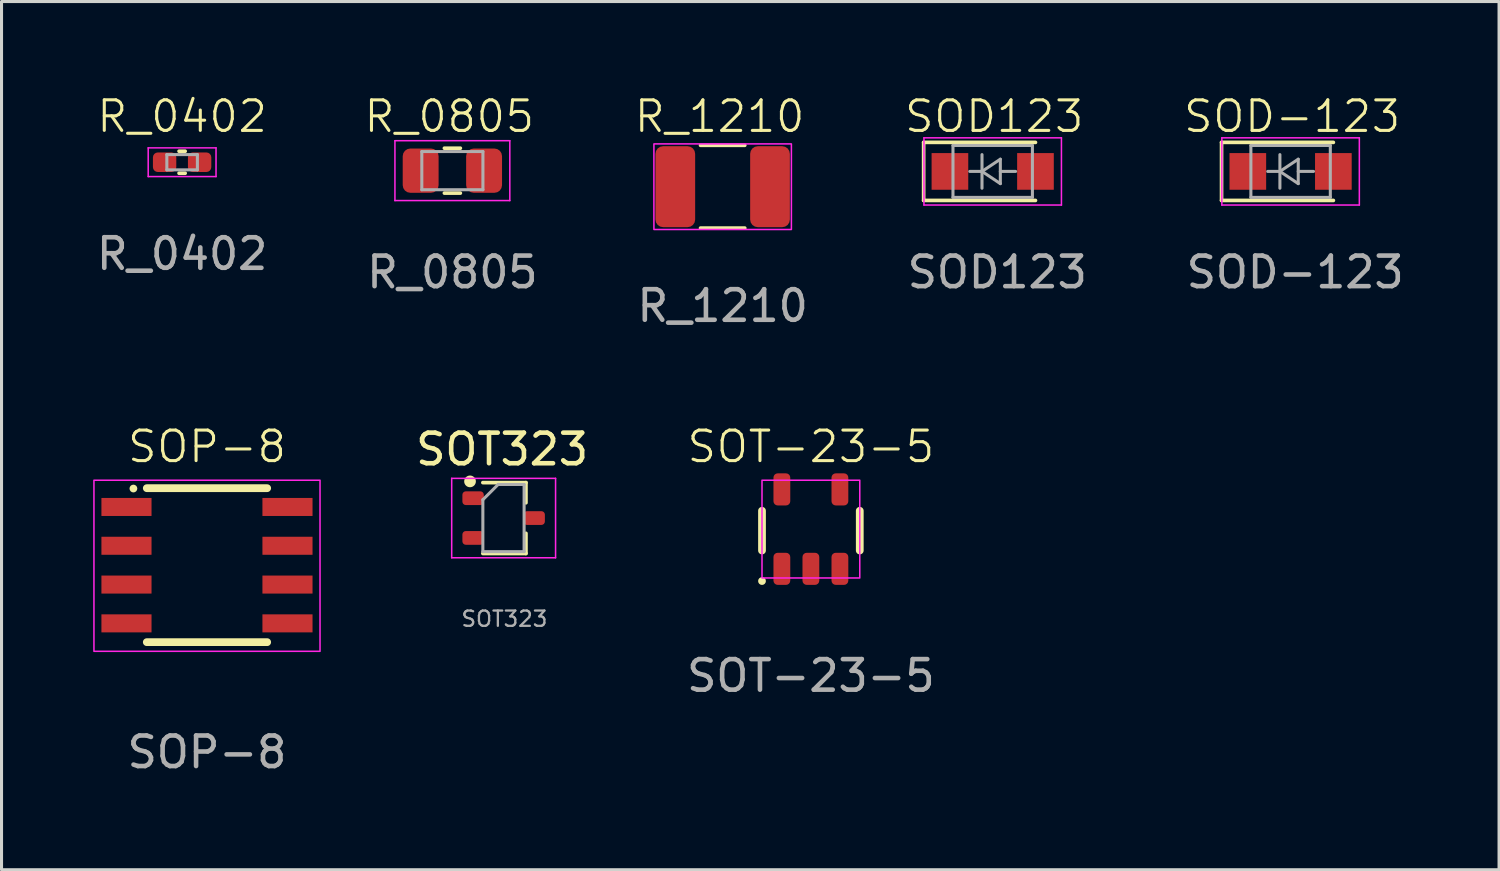
<source format=kicad_pcb>
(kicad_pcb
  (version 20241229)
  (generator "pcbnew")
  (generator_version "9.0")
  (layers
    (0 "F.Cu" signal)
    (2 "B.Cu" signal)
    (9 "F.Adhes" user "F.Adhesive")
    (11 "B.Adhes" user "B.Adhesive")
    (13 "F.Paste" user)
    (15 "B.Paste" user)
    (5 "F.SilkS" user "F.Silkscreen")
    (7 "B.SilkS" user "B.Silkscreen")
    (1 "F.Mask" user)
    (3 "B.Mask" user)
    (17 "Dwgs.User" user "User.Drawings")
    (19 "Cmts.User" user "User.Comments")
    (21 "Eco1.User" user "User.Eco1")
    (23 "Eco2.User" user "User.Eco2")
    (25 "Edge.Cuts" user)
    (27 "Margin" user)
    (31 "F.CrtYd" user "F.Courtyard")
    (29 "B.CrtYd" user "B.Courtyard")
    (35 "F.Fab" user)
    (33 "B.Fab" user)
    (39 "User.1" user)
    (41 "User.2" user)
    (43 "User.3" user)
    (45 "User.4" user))
  (footprint "SOT-23-5"
    (layer "F.Cu")
    (at 23.492 14.269)
    (property "Reference" "SOT-23-5" (at 0 -2.7 0) (unlocked yes) (layer "F.SilkS") (effects (font (size 1 1) (thickness 0.1))))
    (attr smd)
    (fp_line (start -1.6 -0.6) (end -1.6 0.7) (stroke (width 0.254) (type solid)) (layer "F.SilkS"))
    (fp_line (start 1.6 -0.6) (end 1.6 0.7) (stroke (width 0.254) (type solid)) (layer "F.SilkS"))
    (fp_circle (center -1.6 1.7) (end -1.536 1.7) (stroke (width 0.127) (type solid)) (fill no) (layer "F.SilkS"))
    (fp_rect (start -1.6 -1.6) (end 1.6 1.6) (stroke (width 0.05) (type default)) (fill no) (layer "F.CrtYd"))
    (fp_text user "${REFERENCE}" (at 0 4.8 0) (unlocked yes) (layer "F.Fab") (effects (font (size 1 1) (thickness 0.15))))
    (pad "1" smd roundrect (at -0.95 1.3 90) (size 1.05 0.55) (layers "F.Cu" "F.Mask" "F.Paste") (roundrect_rratio 0.25))
    (pad "2" smd roundrect (at 0 1.3 90) (size 1.05 0.55) (layers "F.Cu" "F.Mask" "F.Paste") (roundrect_rratio 0.25))
    (pad "3" smd roundrect (at 0.95 1.3 90) (size 1.05 0.55) (layers "F.Cu" "F.Mask" "F.Paste") (roundrect_rratio 0.25))
    (pad "4" smd roundrect (at 0.95 -1.3 90) (size 1.05 0.55) (layers "F.Cu" "F.Mask" "F.Paste") (roundrect_rratio 0.25))
    (pad "5" smd roundrect (at -0.95 -1.3 90) (size 1.05 0.55) (layers "F.Cu" "F.Mask" "F.Paste") (roundrect_rratio 0.25)))
  (footprint "SOD-123"
    (layer "F.Cu")
    (at 39.244 2.561)
    (property "Reference" "SOD-123" (at 0 -1.8 0) (unlocked yes) (layer "F.SilkS") (effects (font (size 1 1) (thickness 0.1))))
    (attr smd)
    (fp_line (start -2.31 -0.95) (end -2.31 0.95) (stroke (width 0.12) (type solid)) (layer "F.SilkS"))
    (fp_line (start -2.31 -0.95) (end 1.35 -0.95) (stroke (width 0.12) (type solid)) (layer "F.SilkS"))
    (fp_line (start -2.31 0.95) (end 1.35 0.95) (stroke (width 0.12) (type solid)) (layer "F.SilkS"))
    (fp_line (start -2.3 -1.1) (end -2.3 1.1) (stroke (width 0.05) (type solid)) (layer "F.CrtYd"))
    (fp_line (start -2.3 -1.1) (end 2.2 -1.1) (stroke (width 0.05) (type solid)) (layer "F.CrtYd"))
    (fp_line (start 2.2 -1.1) (end 2.2 1.1) (stroke (width 0.05) (type solid)) (layer "F.CrtYd"))
    (fp_line (start 2.2 1.1) (end -2.3 1.1) (stroke (width 0.05) (type solid)) (layer "F.CrtYd"))
    (fp_line (start -1.35 -0.85) (end 1.25 -0.85) (stroke (width 0.1) (type solid)) (layer "F.Fab"))
    (fp_line (start -1.35 0.85) (end -1.35 -0.85) (stroke (width 0.1) (type solid)) (layer "F.Fab"))
    (fp_line (start -0.8 0) (end -0.4 0) (stroke (width 0.1) (type solid)) (layer "F.Fab"))
    (fp_line (start -0.4 -0.55) (end -0.4 0.55) (stroke (width 0.1) (type solid)) (layer "F.Fab"))
    (fp_line (start -0.4 0) (end 0.2 -0.4) (stroke (width 0.1) (type solid)) (layer "F.Fab"))
    (fp_line (start -0.4 0) (end 0.2 0.4) (stroke (width 0.1) (type solid)) (layer "F.Fab"))
    (fp_line (start 0.2 -0.4) (end 0.2 0.4) (stroke (width 0.1) (type solid)) (layer "F.Fab"))
    (fp_line (start 0.7 0) (end 0.2 0) (stroke (width 0.1) (type solid)) (layer "F.Fab"))
    (fp_line (start 1.25 -0.85) (end 1.25 0.85) (stroke (width 0.1) (type solid)) (layer "F.Fab"))
    (fp_line (start 1.25 0.85) (end -1.35 0.85) (stroke (width 0.1) (type solid)) (layer "F.Fab"))
    (fp_text user "${REFERENCE}" (at 0.1 3.3 0) (unlocked yes) (layer "F.Fab") (effects (font (size 1 1) (thickness 0.15))))
    (pad "1" smd rect (at -1.45 0) (size 1.2 1.2) (layers "F.Cu" "F.Mask" "F.Paste"))
    (pad "2" smd rect (at 1.35 0) (size 1.2 1.2) (layers "F.Cu" "F.Mask" "F.Paste")))
  (footprint "SOT323"
    (layer "F.Cu")
    (at 13.435 13.907)
    (property "Reference" "SOT323" (at -0.05 -2.25 0) (layer "F.SilkS") (effects (font (size 1 1) (thickness 0.15))))
    (attr smd)
    (fp_line (start -0.68 -1.16) (end 0.73 -1.16) (stroke (width 0.12) (type solid)) (layer "F.SilkS"))
    (fp_line (start -0.68 1.16) (end 0.73 1.16) (stroke (width 0.12) (type solid)) (layer "F.SilkS"))
    (fp_line (start 0.73 -1.16) (end 0.73 -0.5) (stroke (width 0.12) (type solid)) (layer "F.SilkS"))
    (fp_line (start 0.73 0.5) (end 0.73 1.16) (stroke (width 0.12) (type solid)) (layer "F.SilkS"))
    (fp_circle (center -1.1 -1.2) (end -1 -1.3) (stroke (width 0.1) (type solid)) (fill yes) (layer "F.SilkS"))
    (fp_line (start -1.7 -1.3) (end 1.7 -1.3) (stroke (width 0.05) (type solid)) (layer "F.CrtYd"))
    (fp_line (start -1.7 1.3) (end -1.7 -1.3) (stroke (width 0.05) (type solid)) (layer "F.CrtYd"))
    (fp_line (start 1.7 -1.3) (end 1.7 1.3) (stroke (width 0.05) (type solid)) (layer "F.CrtYd"))
    (fp_line (start 1.7 1.3) (end -1.7 1.3) (stroke (width 0.05) (type solid)) (layer "F.CrtYd"))
    (fp_line (start -0.68 -0.6) (end -0.68 1.1) (stroke (width 0.1) (type solid)) (layer "F.Fab"))
    (fp_line (start -0.18 -1.1) (end -0.68 -0.6) (stroke (width 0.1) (type solid)) (layer "F.Fab"))
    (fp_line (start 0.67 -1.1) (end -0.18 -1.1) (stroke (width 0.1) (type solid)) (layer "F.Fab"))
    (fp_line (start 0.67 -1.1) (end 0.67 1.1) (stroke (width 0.1) (type solid)) (layer "F.Fab"))
    (fp_line (start 0.67 1.1) (end -0.68 1.1) (stroke (width 0.1) (type solid)) (layer "F.Fab"))
    (fp_text user "${REFERENCE}" (at 0.025 3.3 180) (layer "F.Fab") (effects (font (size 0.5 0.5) (thickness 0.075))))
    (pad "1" smd roundrect (at -1 -0.65 270) (size 0.45 0.7) (layers "F.Cu" "F.Mask" "F.Paste") (roundrect_rratio 0.25))
    (pad "2" smd roundrect (at -1 0.65 270) (size 0.45 0.7) (layers "F.Cu" "F.Mask" "F.Paste") (roundrect_rratio 0.25))
    (pad "3" smd roundrect (at 1 0 270) (size 0.45 0.7) (layers "F.Cu" "F.Mask" "F.Paste") (roundrect_rratio 0.25)))
  (footprint "R_1210"
    (layer "F.Cu")
    (at 20.604 3.061)
    (property "Reference" "R_1210" (at -0.1 -2.3 0) (unlocked yes) (layer "F.SilkS") (effects (font (size 1 1) (thickness 0.1))))
    (attr smd)
    (fp_line (start -0.724 -1.355) (end 0.724 -1.355) (stroke (width 0.12) (type solid)) (layer "F.SilkS"))
    (fp_line (start -0.724 1.355) (end 0.724 1.355) (stroke (width 0.12) (type solid)) (layer "F.SilkS"))
    (fp_rect (start -2.25 -1.4) (end 2.25 1.4) (stroke (width 0.05) (type solid)) (fill no) (layer "F.CrtYd"))
    (fp_text user "${REFERENCE}" (at 0 3.9 0) (unlocked yes) (layer "F.Fab") (effects (font (size 1 1) (thickness 0.15))))
    (pad "1" smd roundrect (at -1.55 0) (size 1.3 2.65) (layers "F.Cu" "F.Mask" "F.Paste") (roundrect_rratio 0.192))
    (pad "2" smd roundrect (at 1.55 0) (size 1.3 2.65) (layers "F.Cu" "F.Mask" "F.Paste") (roundrect_rratio 0.192)))
  (footprint "SOP-8"
    (layer "F.Cu")
    (at 3.725 15.469)
    (property "Reference" "SOP-8" (at 0 -3.9 0) (unlocked yes) (layer "F.SilkS") (effects (font (size 1 1) (thickness 0.1))))
    (attr smd)
    (fp_line (start -1.97 -2.54) (end 1.97 -2.54) (stroke (width 0.254) (type solid)) (layer "F.SilkS"))
    (fp_line (start -1.97 2.5) (end 1.97 2.5) (stroke (width 0.254) (type solid)) (layer "F.SilkS"))
    (fp_circle (center -2.408 -2.528) (end -2.344 -2.528) (stroke (width 0.127) (type solid)) (fill no) (layer "F.SilkS"))
    (fp_rect (start -3.7 -2.8) (end 3.7 2.8) (stroke (width 0.05) (type solid)) (fill no) (layer "F.CrtYd"))
    (fp_text user "${REFERENCE}" (at 0 6.1 0) (unlocked yes) (layer "F.Fab") (effects (font (size 1 1) (thickness 0.15))))
    (pad "1" smd rect (at -2.635 -1.925) (size 1.64 0.59) (layers "F.Cu" "F.Mask" "F.Paste"))
    (pad "2" smd rect (at -2.635 -0.655) (size 1.64 0.59) (layers "F.Cu" "F.Mask" "F.Paste"))
    (pad "3" smd rect (at -2.635 0.615) (size 1.64 0.59) (layers "F.Cu" "F.Mask" "F.Paste"))
    (pad "4" smd rect (at -2.635 1.885) (size 1.64 0.59) (layers "F.Cu" "F.Mask" "F.Paste"))
    (pad "5" smd rect (at 2.635 1.885) (size 1.64 0.59) (layers "F.Cu" "F.Mask" "F.Paste"))
    (pad "6" smd rect (at 2.635 0.615) (size 1.64 0.59) (layers "F.Cu" "F.Mask" "F.Paste"))
    (pad "7" smd rect (at 2.635 -0.655) (size 1.64 0.59) (layers "F.Cu" "F.Mask" "F.Paste"))
    (pad "8" smd rect (at 2.635 -1.925) (size 1.64 0.59) (layers "F.Cu" "F.Mask" "F.Paste")))
  (footprint "R_0402"
    (layer "F.Cu")
    (at 2.911 2.26)
    (property "Reference" "R_0402" (at 0 -1.5 0) (unlocked yes) (layer "F.SilkS") (effects (font (size 1 1) (thickness 0.1))))
    (attr smd)
    (fp_line (start -0.1 -0.36) (end 0.1 -0.36) (stroke (width 0.12) (type solid)) (layer "F.SilkS"))
    (fp_line (start -0.1 0.36) (end 0.1 0.36) (stroke (width 0.12) (type solid)) (layer "F.SilkS"))
    (fp_line (start -1.11 -0.47) (end 1.11 -0.47) (stroke (width 0.05) (type solid)) (layer "F.CrtYd"))
    (fp_line (start -1.11 0.47) (end -1.11 -0.47) (stroke (width 0.05) (type solid)) (layer "F.CrtYd"))
    (fp_line (start 1.11 -0.47) (end 1.11 0.47) (stroke (width 0.05) (type solid)) (layer "F.CrtYd"))
    (fp_line (start 1.11 0.47) (end -1.11 0.47) (stroke (width 0.05) (type solid)) (layer "F.CrtYd"))
    (fp_line (start -0.5 -0.25) (end 0.5 -0.25) (stroke (width 0.1) (type solid)) (layer "F.Fab"))
    (fp_line (start -0.5 0.25) (end -0.5 -0.25) (stroke (width 0.1) (type solid)) (layer "F.Fab"))
    (fp_line (start 0.5 -0.25) (end 0.5 0.25) (stroke (width 0.1) (type solid)) (layer "F.Fab"))
    (fp_line (start 0.5 0.25) (end -0.5 0.25) (stroke (width 0.1) (type solid)) (layer "F.Fab"))
    (fp_text user "${REFERENCE}" (at 0 3 0) (unlocked yes) (layer "F.Fab") (effects (font (size 1 1) (thickness 0.15))))
    (pad "1" smd roundrect (at -0.573 0) (size 0.765 0.64) (layers "F.Cu" "F.Mask" "F.Paste") (roundrect_rratio 0.25))
    (pad "2" smd roundrect (at 0.573 0) (size 0.765 0.64) (layers "F.Cu" "F.Mask" "F.Paste") (roundrect_rratio 0.25)))
  (footprint "R_0805"
    (layer "F.Cu")
    (at 11.757 2.561)
    (property "Reference" "R_0805" (at -0.1 -1.8 0) (unlocked yes) (layer "F.SilkS") (effects (font (size 1 1) (thickness 0.1))))
    (attr smd)
    (fp_line (start -0.261 -0.76) (end 0.261 -0.76) (stroke (width 0.12) (type solid)) (layer "F.SilkS"))
    (fp_line (start -0.261 0.71) (end 0.261 0.71) (stroke (width 0.12) (type solid)) (layer "F.SilkS"))
    (fp_line (start -1.88 -1.005) (end 1.88 -1.005) (stroke (width 0.05) (type solid)) (layer "F.CrtYd"))
    (fp_line (start -1.88 0.955) (end -1.88 -1.005) (stroke (width 0.05) (type solid)) (layer "F.CrtYd"))
    (fp_line (start 1.88 -1.005) (end 1.88 0.955) (stroke (width 0.05) (type solid)) (layer "F.CrtYd"))
    (fp_line (start 1.88 0.955) (end -1.88 0.955) (stroke (width 0.05) (type solid)) (layer "F.CrtYd"))
    (fp_line (start -1 -0.65) (end 1 -0.65) (stroke (width 0.1) (type solid)) (layer "F.Fab"))
    (fp_line (start -1 0.6) (end -1 -0.65) (stroke (width 0.1) (type solid)) (layer "F.Fab"))
    (fp_line (start 1 -0.65) (end 1 0.6) (stroke (width 0.1) (type solid)) (layer "F.Fab"))
    (fp_line (start 1 0.6) (end -1 0.6) (stroke (width 0.1) (type solid)) (layer "F.Fab"))
    (fp_text user "${REFERENCE}" (at 0 3.3 0) (unlocked yes) (layer "F.Fab") (effects (font (size 1 1) (thickness 0.15))))
    (pad "1" smd roundrect (at -1.038 -0.025) (size 1.175 1.45) (layers "F.Cu" "F.Mask" "F.Paste") (roundrect_rratio 0.213))
    (pad "2" smd roundrect (at 1.038 -0.025) (size 1.175 1.45) (layers "F.Cu" "F.Mask" "F.Paste") (roundrect_rratio 0.213)))
  (footprint "SOD123"
    (layer "F.Cu")
    (at 29.493 2.561)
    (property "Reference" "SOD123" (at 0 -1.8 0) (unlocked yes) (layer "F.SilkS") (effects (font (size 1 1) (thickness 0.1))))
    (attr smd)
    (fp_line (start -2.31 -0.95) (end -2.31 0.95) (stroke (width 0.12) (type solid)) (layer "F.SilkS"))
    (fp_line (start -2.31 -0.95) (end 1.35 -0.95) (stroke (width 0.12) (type solid)) (layer "F.SilkS"))
    (fp_line (start -2.31 0.95) (end 1.35 0.95) (stroke (width 0.12) (type solid)) (layer "F.SilkS"))
    (fp_line (start -2.3 -1.1) (end -2.3 1.1) (stroke (width 0.05) (type solid)) (layer "F.CrtYd"))
    (fp_line (start -2.3 -1.1) (end 2.2 -1.1) (stroke (width 0.05) (type solid)) (layer "F.CrtYd"))
    (fp_line (start 2.2 -1.1) (end 2.2 1.1) (stroke (width 0.05) (type solid)) (layer "F.CrtYd"))
    (fp_line (start 2.2 1.1) (end -2.3 1.1) (stroke (width 0.05) (type solid)) (layer "F.CrtYd"))
    (fp_line (start -1.35 -0.85) (end 1.25 -0.85) (stroke (width 0.1) (type solid)) (layer "F.Fab"))
    (fp_line (start -1.35 0.85) (end -1.35 -0.85) (stroke (width 0.1) (type solid)) (layer "F.Fab"))
    (fp_line (start -0.8 0) (end -0.4 0) (stroke (width 0.1) (type solid)) (layer "F.Fab"))
    (fp_line (start -0.4 -0.55) (end -0.4 0.55) (stroke (width 0.1) (type solid)) (layer "F.Fab"))
    (fp_line (start -0.4 0) (end 0.2 -0.4) (stroke (width 0.1) (type solid)) (layer "F.Fab"))
    (fp_line (start -0.4 0) (end 0.2 0.4) (stroke (width 0.1) (type solid)) (layer "F.Fab"))
    (fp_line (start 0.2 -0.4) (end 0.2 0.4) (stroke (width 0.1) (type solid)) (layer "F.Fab"))
    (fp_line (start 0.7 0) (end 0.2 0) (stroke (width 0.1) (type solid)) (layer "F.Fab"))
    (fp_line (start 1.25 -0.85) (end 1.25 0.85) (stroke (width 0.1) (type solid)) (layer "F.Fab"))
    (fp_line (start 1.25 0.85) (end -1.35 0.85) (stroke (width 0.1) (type solid)) (layer "F.Fab"))
    (fp_text user "${REFERENCE}" (at 0.1 3.3 0) (unlocked yes) (layer "F.Fab") (effects (font (size 1 1) (thickness 0.15))))
    (pad "1" smd rect (at -1.45 0) (size 1.2 1.2) (layers "F.Cu" "F.Mask" "F.Paste"))
    (pad "2" smd rect (at 1.35 0) (size 1.2 1.2) (layers "F.Cu" "F.Mask" "F.Paste")))
  (gr_rect
    (start -3 -3)
    (end 46.017 25.418)
    (stroke (width 0.1) (type default))
    (fill no)
    (layer "Edge.Cuts")))
</source>
